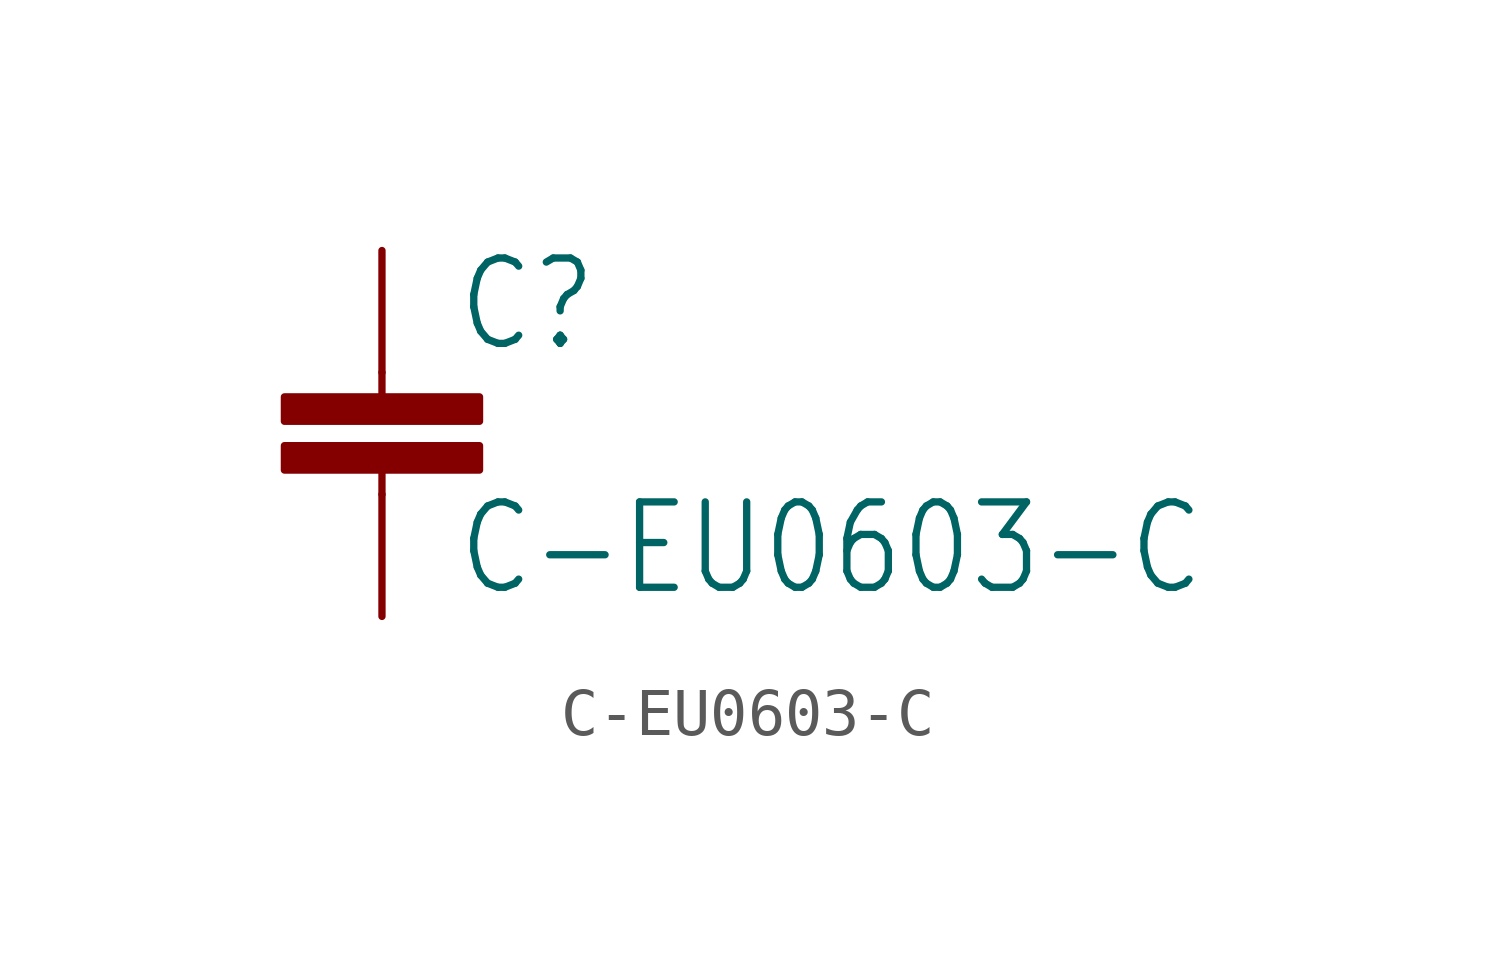
<source format=kicad_sym>
(kicad_symbol_lib
  (version 20201005)
  (generator kicad_symbol_editor)
  (symbol "pirt:C-EU0603-C"
    (property "Reference" "C"
      (at 1.524 0.381 0)
      (effects (font (size 1.778 1.511)) (justify left bottom)))
    (property "Value" "C-EU0603-C"
      (at 1.524 -4.699 0)
      (effects (font (size 1.778 1.511)) (justify left bottom)))
    (property "ki_locked" ""
      (at 0 0 0)
      (effects (font (size 1.27 1.27))))
    (symbol "C-EU0603-C_1_0"
      (rectangle (start -2.032 -2.032) (end 2.032 -1.524) (stroke (width 0)) (fill (type outline)))
      (rectangle (start -2.032 -1.016) (end 2.032 -0.508) (stroke (width 0)) (fill (type outline)))
      (polyline (pts (xy 0 -2.54) (xy 0 -2.032)) (stroke (width 0.152)) (fill (type none)))
      (polyline (pts (xy 0 0) (xy 0 -0.508)) (stroke (width 0.152)) (fill (type none)))
      (pin passive line (at 0 2.54 270) (length 2.54) (name "1" (effects (font (size 0 0)))) (number "1" (effects (font (size 0 0)))))
      (pin passive line (at 0 -5.08 90) (length 2.54) (name "2" (effects (font (size 0 0)))) (number "2" (effects (font (size 0 0))))))))
</source>
